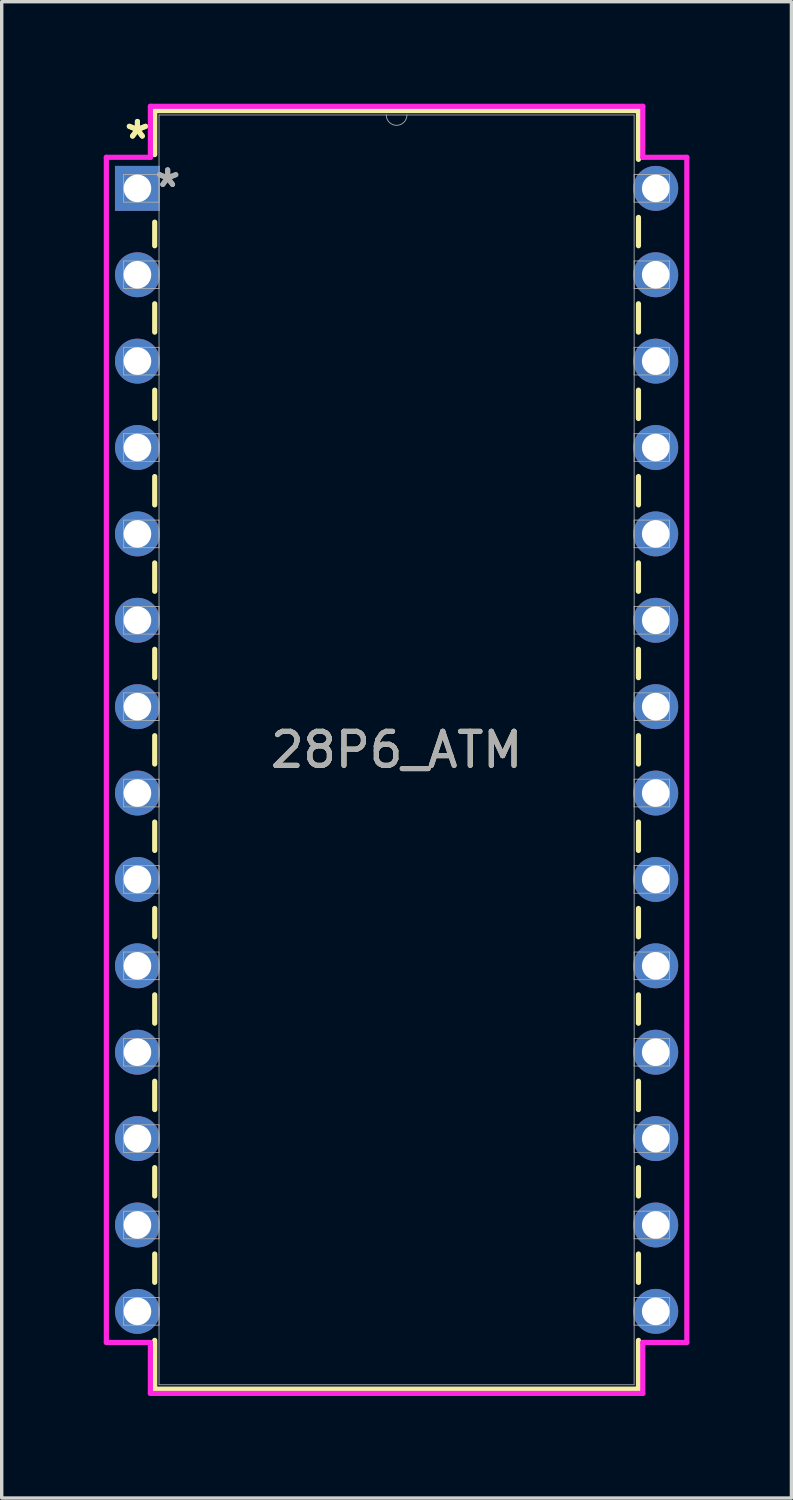
<source format=kicad_pcb>
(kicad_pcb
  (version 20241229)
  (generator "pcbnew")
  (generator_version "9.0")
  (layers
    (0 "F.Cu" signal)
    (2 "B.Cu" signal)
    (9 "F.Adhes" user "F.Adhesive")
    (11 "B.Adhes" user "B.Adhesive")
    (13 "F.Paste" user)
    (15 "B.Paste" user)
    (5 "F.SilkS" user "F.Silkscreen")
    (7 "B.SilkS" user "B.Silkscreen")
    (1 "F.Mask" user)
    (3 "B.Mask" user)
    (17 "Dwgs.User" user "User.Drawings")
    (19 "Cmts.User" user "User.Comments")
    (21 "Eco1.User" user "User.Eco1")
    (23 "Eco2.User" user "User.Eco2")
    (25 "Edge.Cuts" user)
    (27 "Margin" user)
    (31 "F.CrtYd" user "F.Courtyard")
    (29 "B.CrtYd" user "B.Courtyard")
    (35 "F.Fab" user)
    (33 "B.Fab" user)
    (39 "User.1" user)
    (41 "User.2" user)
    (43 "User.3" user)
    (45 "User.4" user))
  (footprint "28P6_ATM"
    (layer "F.Cu")
    (at 0.991 2.489)
    (property "Reference" "28P6_ATM" (at 7.62 16.51 0) (unlocked yes) (layer "F.SilkS") (effects (font (size 1 1) (thickness 0.15))))
    (attr through_hole)
    (fp_line (start 0.508 -2.286) (end 0.508 -0.993) (stroke (width 0.152) (type solid)) (layer "F.SilkS"))
    (fp_line (start 0.508 0.993) (end 0.508 1.687) (stroke (width 0.152) (type solid)) (layer "F.SilkS"))
    (fp_line (start 0.508 3.393) (end 0.508 4.227) (stroke (width 0.152) (type solid)) (layer "F.SilkS"))
    (fp_line (start 0.508 5.933) (end 0.508 6.767) (stroke (width 0.152) (type solid)) (layer "F.SilkS"))
    (fp_line (start 0.508 8.473) (end 0.508 9.307) (stroke (width 0.152) (type solid)) (layer "F.SilkS"))
    (fp_line (start 0.508 11.013) (end 0.508 11.847) (stroke (width 0.152) (type solid)) (layer "F.SilkS"))
    (fp_line (start 0.508 13.553) (end 0.508 14.387) (stroke (width 0.152) (type solid)) (layer "F.SilkS"))
    (fp_line (start 0.508 16.093) (end 0.508 16.927) (stroke (width 0.152) (type solid)) (layer "F.SilkS"))
    (fp_line (start 0.508 18.633) (end 0.508 19.467) (stroke (width 0.152) (type solid)) (layer "F.SilkS"))
    (fp_line (start 0.508 21.173) (end 0.508 22.007) (stroke (width 0.152) (type solid)) (layer "F.SilkS"))
    (fp_line (start 0.508 23.713) (end 0.508 24.547) (stroke (width 0.152) (type solid)) (layer "F.SilkS"))
    (fp_line (start 0.508 26.253) (end 0.508 27.087) (stroke (width 0.152) (type solid)) (layer "F.SilkS"))
    (fp_line (start 0.508 28.793) (end 0.508 29.627) (stroke (width 0.152) (type solid)) (layer "F.SilkS"))
    (fp_line (start 0.508 31.333) (end 0.508 32.167) (stroke (width 0.152) (type solid)) (layer "F.SilkS"))
    (fp_line (start 0.508 33.873) (end 0.508 35.306) (stroke (width 0.152) (type solid)) (layer "F.SilkS"))
    (fp_line (start 0.508 35.306) (end 14.732 35.306) (stroke (width 0.152) (type solid)) (layer "F.SilkS"))
    (fp_line (start 14.732 -2.286) (end 0.508 -2.286) (stroke (width 0.152) (type solid)) (layer "F.SilkS"))
    (fp_line (start 14.732 -0.853) (end 14.732 -2.286) (stroke (width 0.152) (type solid)) (layer "F.SilkS"))
    (fp_line (start 14.732 1.687) (end 14.732 0.853) (stroke (width 0.152) (type solid)) (layer "F.SilkS"))
    (fp_line (start 14.732 4.227) (end 14.732 3.393) (stroke (width 0.152) (type solid)) (layer "F.SilkS"))
    (fp_line (start 14.732 6.767) (end 14.732 5.933) (stroke (width 0.152) (type solid)) (layer "F.SilkS"))
    (fp_line (start 14.732 9.307) (end 14.732 8.473) (stroke (width 0.152) (type solid)) (layer "F.SilkS"))
    (fp_line (start 14.732 11.847) (end 14.732 11.013) (stroke (width 0.152) (type solid)) (layer "F.SilkS"))
    (fp_line (start 14.732 14.387) (end 14.732 13.553) (stroke (width 0.152) (type solid)) (layer "F.SilkS"))
    (fp_line (start 14.732 16.927) (end 14.732 16.093) (stroke (width 0.152) (type solid)) (layer "F.SilkS"))
    (fp_line (start 14.732 19.467) (end 14.732 18.633) (stroke (width 0.152) (type solid)) (layer "F.SilkS"))
    (fp_line (start 14.732 22.007) (end 14.732 21.173) (stroke (width 0.152) (type solid)) (layer "F.SilkS"))
    (fp_line (start 14.732 24.547) (end 14.732 23.713) (stroke (width 0.152) (type solid)) (layer "F.SilkS"))
    (fp_line (start 14.732 27.087) (end 14.732 26.253) (stroke (width 0.152) (type solid)) (layer "F.SilkS"))
    (fp_line (start 14.732 29.627) (end 14.732 28.793) (stroke (width 0.152) (type solid)) (layer "F.SilkS"))
    (fp_line (start 14.732 32.167) (end 14.732 31.333) (stroke (width 0.152) (type solid)) (layer "F.SilkS"))
    (fp_line (start 14.732 35.306) (end 14.732 33.873) (stroke (width 0.152) (type solid)) (layer "F.SilkS"))
    (fp_line (start -0.914 -0.914) (end 0.381 -0.914) (stroke (width 0.152) (type solid)) (layer "F.CrtYd"))
    (fp_line (start -0.914 33.934) (end -0.914 -0.914) (stroke (width 0.152) (type solid)) (layer "F.CrtYd"))
    (fp_line (start 0.381 -2.413) (end 14.859 -2.413) (stroke (width 0.152) (type solid)) (layer "F.CrtYd"))
    (fp_line (start 0.381 -0.914) (end 0.381 -2.413) (stroke (width 0.152) (type solid)) (layer "F.CrtYd"))
    (fp_line (start 0.381 33.934) (end -0.914 33.934) (stroke (width 0.152) (type solid)) (layer "F.CrtYd"))
    (fp_line (start 0.381 35.433) (end 0.381 33.934) (stroke (width 0.152) (type solid)) (layer "F.CrtYd"))
    (fp_line (start 14.859 -2.413) (end 14.859 -0.914) (stroke (width 0.152) (type solid)) (layer "F.CrtYd"))
    (fp_line (start 14.859 33.934) (end 14.859 35.433) (stroke (width 0.152) (type solid)) (layer "F.CrtYd"))
    (fp_line (start 14.859 35.433) (end 0.381 35.433) (stroke (width 0.152) (type solid)) (layer "F.CrtYd"))
    (fp_line (start 16.154 -0.914) (end 14.859 -0.914) (stroke (width 0.152) (type solid)) (layer "F.CrtYd"))
    (fp_line (start 16.154 -0.914) (end 16.154 33.934) (stroke (width 0.152) (type solid)) (layer "F.CrtYd"))
    (fp_line (start 16.154 33.934) (end 14.859 33.934) (stroke (width 0.152) (type solid)) (layer "F.CrtYd"))
    (fp_line (start -0.406 -0.406) (end -0.406 0.406) (stroke (width 0.025) (type solid)) (layer "F.Fab"))
    (fp_line (start -0.406 0.406) (end 0.635 0.406) (stroke (width 0.025) (type solid)) (layer "F.Fab"))
    (fp_line (start -0.406 2.134) (end -0.406 2.946) (stroke (width 0.025) (type solid)) (layer "F.Fab"))
    (fp_line (start -0.406 2.946) (end 0.635 2.946) (stroke (width 0.025) (type solid)) (layer "F.Fab"))
    (fp_line (start -0.406 4.674) (end -0.406 5.486) (stroke (width 0.025) (type solid)) (layer "F.Fab"))
    (fp_line (start -0.406 5.486) (end 0.635 5.486) (stroke (width 0.025) (type solid)) (layer "F.Fab"))
    (fp_line (start -0.406 7.214) (end -0.406 8.026) (stroke (width 0.025) (type solid)) (layer "F.Fab"))
    (fp_line (start -0.406 8.026) (end 0.635 8.026) (stroke (width 0.025) (type solid)) (layer "F.Fab"))
    (fp_line (start -0.406 9.754) (end -0.406 10.566) (stroke (width 0.025) (type solid)) (layer "F.Fab"))
    (fp_line (start -0.406 10.566) (end 0.635 10.566) (stroke (width 0.025) (type solid)) (layer "F.Fab"))
    (fp_line (start -0.406 12.294) (end -0.406 13.106) (stroke (width 0.025) (type solid)) (layer "F.Fab"))
    (fp_line (start -0.406 13.106) (end 0.635 13.106) (stroke (width 0.025) (type solid)) (layer "F.Fab"))
    (fp_line (start -0.406 14.834) (end -0.406 15.646) (stroke (width 0.025) (type solid)) (layer "F.Fab"))
    (fp_line (start -0.406 15.646) (end 0.635 15.646) (stroke (width 0.025) (type solid)) (layer "F.Fab"))
    (fp_line (start -0.406 17.374) (end -0.406 18.186) (stroke (width 0.025) (type solid)) (layer "F.Fab"))
    (fp_line (start -0.406 18.186) (end 0.635 18.186) (stroke (width 0.025) (type solid)) (layer "F.Fab"))
    (fp_line (start -0.406 19.914) (end -0.406 20.726) (stroke (width 0.025) (type solid)) (layer "F.Fab"))
    (fp_line (start -0.406 20.726) (end 0.635 20.726) (stroke (width 0.025) (type solid)) (layer "F.Fab"))
    (fp_line (start -0.406 22.454) (end -0.406 23.266) (stroke (width 0.025) (type solid)) (layer "F.Fab"))
    (fp_line (start -0.406 23.266) (end 0.635 23.266) (stroke (width 0.025) (type solid)) (layer "F.Fab"))
    (fp_line (start -0.406 24.994) (end -0.406 25.806) (stroke (width 0.025) (type solid)) (layer "F.Fab"))
    (fp_line (start -0.406 25.806) (end 0.635 25.806) (stroke (width 0.025) (type solid)) (layer "F.Fab"))
    (fp_line (start -0.406 27.534) (end -0.406 28.346) (stroke (width 0.025) (type solid)) (layer "F.Fab"))
    (fp_line (start -0.406 28.346) (end 0.635 28.346) (stroke (width 0.025) (type solid)) (layer "F.Fab"))
    (fp_line (start -0.406 30.074) (end -0.406 30.886) (stroke (width 0.025) (type solid)) (layer "F.Fab"))
    (fp_line (start -0.406 30.886) (end 0.635 30.886) (stroke (width 0.025) (type solid)) (layer "F.Fab"))
    (fp_line (start -0.406 32.614) (end -0.406 33.426) (stroke (width 0.025) (type solid)) (layer "F.Fab"))
    (fp_line (start -0.406 33.426) (end 0.635 33.426) (stroke (width 0.025) (type solid)) (layer "F.Fab"))
    (fp_line (start 0.635 -2.159) (end 0.635 35.179) (stroke (width 0.025) (type solid)) (layer "F.Fab"))
    (fp_line (start 0.635 -0.406) (end -0.406 -0.406) (stroke (width 0.025) (type solid)) (layer "F.Fab"))
    (fp_line (start 0.635 0.406) (end 0.635 -0.406) (stroke (width 0.025) (type solid)) (layer "F.Fab"))
    (fp_line (start 0.635 2.134) (end -0.406 2.134) (stroke (width 0.025) (type solid)) (layer "F.Fab"))
    (fp_line (start 0.635 2.946) (end 0.635 2.134) (stroke (width 0.025) (type solid)) (layer "F.Fab"))
    (fp_line (start 0.635 4.674) (end -0.406 4.674) (stroke (width 0.025) (type solid)) (layer "F.Fab"))
    (fp_line (start 0.635 5.486) (end 0.635 4.674) (stroke (width 0.025) (type solid)) (layer "F.Fab"))
    (fp_line (start 0.635 7.214) (end -0.406 7.214) (stroke (width 0.025) (type solid)) (layer "F.Fab"))
    (fp_line (start 0.635 8.026) (end 0.635 7.214) (stroke (width 0.025) (type solid)) (layer "F.Fab"))
    (fp_line (start 0.635 9.754) (end -0.406 9.754) (stroke (width 0.025) (type solid)) (layer "F.Fab"))
    (fp_line (start 0.635 10.566) (end 0.635 9.754) (stroke (width 0.025) (type solid)) (layer "F.Fab"))
    (fp_line (start 0.635 12.294) (end -0.406 12.294) (stroke (width 0.025) (type solid)) (layer "F.Fab"))
    (fp_line (start 0.635 13.106) (end 0.635 12.294) (stroke (width 0.025) (type solid)) (layer "F.Fab"))
    (fp_line (start 0.635 14.834) (end -0.406 14.834) (stroke (width 0.025) (type solid)) (layer "F.Fab"))
    (fp_line (start 0.635 15.646) (end 0.635 14.834) (stroke (width 0.025) (type solid)) (layer "F.Fab"))
    (fp_line (start 0.635 17.374) (end -0.406 17.374) (stroke (width 0.025) (type solid)) (layer "F.Fab"))
    (fp_line (start 0.635 18.186) (end 0.635 17.374) (stroke (width 0.025) (type solid)) (layer "F.Fab"))
    (fp_line (start 0.635 19.914) (end -0.406 19.914) (stroke (width 0.025) (type solid)) (layer "F.Fab"))
    (fp_line (start 0.635 20.726) (end 0.635 19.914) (stroke (width 0.025) (type solid)) (layer "F.Fab"))
    (fp_line (start 0.635 22.454) (end -0.406 22.454) (stroke (width 0.025) (type solid)) (layer "F.Fab"))
    (fp_line (start 0.635 23.266) (end 0.635 22.454) (stroke (width 0.025) (type solid)) (layer "F.Fab"))
    (fp_line (start 0.635 24.994) (end -0.406 24.994) (stroke (width 0.025) (type solid)) (layer "F.Fab"))
    (fp_line (start 0.635 25.806) (end 0.635 24.994) (stroke (width 0.025) (type solid)) (layer "F.Fab"))
    (fp_line (start 0.635 27.534) (end -0.406 27.534) (stroke (width 0.025) (type solid)) (layer "F.Fab"))
    (fp_line (start 0.635 28.346) (end 0.635 27.534) (stroke (width 0.025) (type solid)) (layer "F.Fab"))
    (fp_line (start 0.635 30.074) (end -0.406 30.074) (stroke (width 0.025) (type solid)) (layer "F.Fab"))
    (fp_line (start 0.635 30.886) (end 0.635 30.074) (stroke (width 0.025) (type solid)) (layer "F.Fab"))
    (fp_line (start 0.635 32.614) (end -0.406 32.614) (stroke (width 0.025) (type solid)) (layer "F.Fab"))
    (fp_line (start 0.635 33.426) (end 0.635 32.614) (stroke (width 0.025) (type solid)) (layer "F.Fab"))
    (fp_line (start 0.635 35.179) (end 14.605 35.179) (stroke (width 0.025) (type solid)) (layer "F.Fab"))
    (fp_line (start 14.605 -2.159) (end 0.635 -2.159) (stroke (width 0.025) (type solid)) (layer "F.Fab"))
    (fp_line (start 14.605 -0.406) (end 14.605 0.406) (stroke (width 0.025) (type solid)) (layer "F.Fab"))
    (fp_line (start 14.605 0.406) (end 15.646 0.406) (stroke (width 0.025) (type solid)) (layer "F.Fab"))
    (fp_line (start 14.605 2.134) (end 14.605 2.946) (stroke (width 0.025) (type solid)) (layer "F.Fab"))
    (fp_line (start 14.605 2.946) (end 15.646 2.946) (stroke (width 0.025) (type solid)) (layer "F.Fab"))
    (fp_line (start 14.605 4.674) (end 14.605 5.486) (stroke (width 0.025) (type solid)) (layer "F.Fab"))
    (fp_line (start 14.605 5.486) (end 15.646 5.486) (stroke (width 0.025) (type solid)) (layer "F.Fab"))
    (fp_line (start 14.605 7.214) (end 14.605 8.026) (stroke (width 0.025) (type solid)) (layer "F.Fab"))
    (fp_line (start 14.605 8.026) (end 15.646 8.026) (stroke (width 0.025) (type solid)) (layer "F.Fab"))
    (fp_line (start 14.605 9.754) (end 14.605 10.566) (stroke (width 0.025) (type solid)) (layer "F.Fab"))
    (fp_line (start 14.605 10.566) (end 15.646 10.566) (stroke (width 0.025) (type solid)) (layer "F.Fab"))
    (fp_line (start 14.605 12.294) (end 14.605 13.106) (stroke (width 0.025) (type solid)) (layer "F.Fab"))
    (fp_line (start 14.605 13.106) (end 15.646 13.106) (stroke (width 0.025) (type solid)) (layer "F.Fab"))
    (fp_line (start 14.605 14.834) (end 14.605 15.646) (stroke (width 0.025) (type solid)) (layer "F.Fab"))
    (fp_line (start 14.605 15.646) (end 15.646 15.646) (stroke (width 0.025) (type solid)) (layer "F.Fab"))
    (fp_line (start 14.605 17.374) (end 14.605 18.186) (stroke (width 0.025) (type solid)) (layer "F.Fab"))
    (fp_line (start 14.605 18.186) (end 15.646 18.186) (stroke (width 0.025) (type solid)) (layer "F.Fab"))
    (fp_line (start 14.605 19.914) (end 14.605 20.726) (stroke (width 0.025) (type solid)) (layer "F.Fab"))
    (fp_line (start 14.605 20.726) (end 15.646 20.726) (stroke (width 0.025) (type solid)) (layer "F.Fab"))
    (fp_line (start 14.605 22.454) (end 14.605 23.266) (stroke (width 0.025) (type solid)) (layer "F.Fab"))
    (fp_line (start 14.605 23.266) (end 15.646 23.266) (stroke (width 0.025) (type solid)) (layer "F.Fab"))
    (fp_line (start 14.605 24.994) (end 14.605 25.806) (stroke (width 0.025) (type solid)) (layer "F.Fab"))
    (fp_line (start 14.605 25.806) (end 15.646 25.806) (stroke (width 0.025) (type solid)) (layer "F.Fab"))
    (fp_line (start 14.605 27.534) (end 14.605 28.346) (stroke (width 0.025) (type solid)) (layer "F.Fab"))
    (fp_line (start 14.605 28.346) (end 15.646 28.346) (stroke (width 0.025) (type solid)) (layer "F.Fab"))
    (fp_line (start 14.605 30.074) (end 14.605 30.886) (stroke (width 0.025) (type solid)) (layer "F.Fab"))
    (fp_line (start 14.605 30.886) (end 15.646 30.886) (stroke (width 0.025) (type solid)) (layer "F.Fab"))
    (fp_line (start 14.605 32.614) (end 14.605 33.426) (stroke (width 0.025) (type solid)) (layer "F.Fab"))
    (fp_line (start 14.605 33.426) (end 15.646 33.426) (stroke (width 0.025) (type solid)) (layer "F.Fab"))
    (fp_line (start 14.605 35.179) (end 14.605 -2.159) (stroke (width 0.025) (type solid)) (layer "F.Fab"))
    (fp_line (start 15.646 -0.406) (end 14.605 -0.406) (stroke (width 0.025) (type solid)) (layer "F.Fab"))
    (fp_line (start 15.646 0.406) (end 15.646 -0.406) (stroke (width 0.025) (type solid)) (layer "F.Fab"))
    (fp_line (start 15.646 2.134) (end 14.605 2.134) (stroke (width 0.025) (type solid)) (layer "F.Fab"))
    (fp_line (start 15.646 2.946) (end 15.646 2.134) (stroke (width 0.025) (type solid)) (layer "F.Fab"))
    (fp_line (start 15.646 4.674) (end 14.605 4.674) (stroke (width 0.025) (type solid)) (layer "F.Fab"))
    (fp_line (start 15.646 5.486) (end 15.646 4.674) (stroke (width 0.025) (type solid)) (layer "F.Fab"))
    (fp_line (start 15.646 7.214) (end 14.605 7.214) (stroke (width 0.025) (type solid)) (layer "F.Fab"))
    (fp_line (start 15.646 8.026) (end 15.646 7.214) (stroke (width 0.025) (type solid)) (layer "F.Fab"))
    (fp_line (start 15.646 9.754) (end 14.605 9.754) (stroke (width 0.025) (type solid)) (layer "F.Fab"))
    (fp_line (start 15.646 10.566) (end 15.646 9.754) (stroke (width 0.025) (type solid)) (layer "F.Fab"))
    (fp_line (start 15.646 12.294) (end 14.605 12.294) (stroke (width 0.025) (type solid)) (layer "F.Fab"))
    (fp_line (start 15.646 13.106) (end 15.646 12.294) (stroke (width 0.025) (type solid)) (layer "F.Fab"))
    (fp_line (start 15.646 14.834) (end 14.605 14.834) (stroke (width 0.025) (type solid)) (layer "F.Fab"))
    (fp_line (start 15.646 15.646) (end 15.646 14.834) (stroke (width 0.025) (type solid)) (layer "F.Fab"))
    (fp_line (start 15.646 17.374) (end 14.605 17.374) (stroke (width 0.025) (type solid)) (layer "F.Fab"))
    (fp_line (start 15.646 18.186) (end 15.646 17.374) (stroke (width 0.025) (type solid)) (layer "F.Fab"))
    (fp_line (start 15.646 19.914) (end 14.605 19.914) (stroke (width 0.025) (type solid)) (layer "F.Fab"))
    (fp_line (start 15.646 20.726) (end 15.646 19.914) (stroke (width 0.025) (type solid)) (layer "F.Fab"))
    (fp_line (start 15.646 22.454) (end 14.605 22.454) (stroke (width 0.025) (type solid)) (layer "F.Fab"))
    (fp_line (start 15.646 23.266) (end 15.646 22.454) (stroke (width 0.025) (type solid)) (layer "F.Fab"))
    (fp_line (start 15.646 24.994) (end 14.605 24.994) (stroke (width 0.025) (type solid)) (layer "F.Fab"))
    (fp_line (start 15.646 25.806) (end 15.646 24.994) (stroke (width 0.025) (type solid)) (layer "F.Fab"))
    (fp_line (start 15.646 27.534) (end 14.605 27.534) (stroke (width 0.025) (type solid)) (layer "F.Fab"))
    (fp_line (start 15.646 28.346) (end 15.646 27.534) (stroke (width 0.025) (type solid)) (layer "F.Fab"))
    (fp_line (start 15.646 30.074) (end 14.605 30.074) (stroke (width 0.025) (type solid)) (layer "F.Fab"))
    (fp_line (start 15.646 30.886) (end 15.646 30.074) (stroke (width 0.025) (type solid)) (layer "F.Fab"))
    (fp_line (start 15.646 32.614) (end 14.605 32.614) (stroke (width 0.025) (type solid)) (layer "F.Fab"))
    (fp_line (start 15.646 33.426) (end 15.646 32.614) (stroke (width 0.025) (type solid)) (layer "F.Fab"))
    (fp_arc (start 7.9248 -2.159) (mid 7.62 -1.8542) (end 7.3152 -2.159) (stroke (width 0.0254) (type solid)) (layer "F.Fab"))
    (fp_text user "*" (at 0 -1.422 0) (layer "F.SilkS") (effects (font (size 1 1) (thickness 0.15))))
    (fp_text user "*" (at 0 -1.422 0) (unlocked yes) (layer "F.SilkS") (effects (font (size 1 1) (thickness 0.15))))
    (fp_text user "*" (at 0.889 0 0) (unlocked yes) (layer "F.Fab") (effects (font (size 1 1) (thickness 0.15))))
    (fp_text user "*" (at 0.889 0 0) (layer "F.Fab") (effects (font (size 1 1) (thickness 0.15))))
    (fp_text user "${REFERENCE}" (at 7.62 16.51 0) (unlocked yes) (layer "F.Fab") (effects (font (size 1 1) (thickness 0.15))))
    (pad "1" thru_hole rect (at 0 0) (size 1.321 1.321) (drill 0.813) (layers "*.Cu" "*.Mask"))
    (pad "2" thru_hole circle (at 0 2.54) (size 1.321 1.321) (drill 0.813) (layers "*.Cu" "*.Mask"))
    (pad "3" thru_hole circle (at 0 5.08) (size 1.321 1.321) (drill 0.813) (layers "*.Cu" "*.Mask"))
    (pad "4" thru_hole circle (at 0 7.62) (size 1.321 1.321) (drill 0.813) (layers "*.Cu" "*.Mask"))
    (pad "5" thru_hole circle (at 0 10.16) (size 1.321 1.321) (drill 0.813) (layers "*.Cu" "*.Mask"))
    (pad "6" thru_hole circle (at 0 12.7) (size 1.321 1.321) (drill 0.813) (layers "*.Cu" "*.Mask"))
    (pad "7" thru_hole circle (at 0 15.24) (size 1.321 1.321) (drill 0.813) (layers "*.Cu" "*.Mask"))
    (pad "8" thru_hole circle (at 0 17.78) (size 1.321 1.321) (drill 0.813) (layers "*.Cu" "*.Mask"))
    (pad "9" thru_hole circle (at 0 20.32) (size 1.321 1.321) (drill 0.813) (layers "*.Cu" "*.Mask"))
    (pad "10" thru_hole circle (at 0 22.86) (size 1.321 1.321) (drill 0.813) (layers "*.Cu" "*.Mask"))
    (pad "11" thru_hole circle (at 0 25.4) (size 1.321 1.321) (drill 0.813) (layers "*.Cu" "*.Mask"))
    (pad "12" thru_hole circle (at 0 27.94) (size 1.321 1.321) (drill 0.813) (layers "*.Cu" "*.Mask"))
    (pad "13" thru_hole circle (at 0 30.48) (size 1.321 1.321) (drill 0.813) (layers "*.Cu" "*.Mask"))
    (pad "14" thru_hole circle (at 0 33.02) (size 1.321 1.321) (drill 0.813) (layers "*.Cu" "*.Mask"))
    (pad "15" thru_hole circle (at 15.24 33.02) (size 1.321 1.321) (drill 0.813) (layers "*.Cu" "*.Mask"))
    (pad "16" thru_hole circle (at 15.24 30.48) (size 1.321 1.321) (drill 0.813) (layers "*.Cu" "*.Mask"))
    (pad "17" thru_hole circle (at 15.24 27.94) (size 1.321 1.321) (drill 0.813) (layers "*.Cu" "*.Mask"))
    (pad "18" thru_hole circle (at 15.24 25.4) (size 1.321 1.321) (drill 0.813) (layers "*.Cu" "*.Mask"))
    (pad "19" thru_hole circle (at 15.24 22.86) (size 1.321 1.321) (drill 0.813) (layers "*.Cu" "*.Mask"))
    (pad "20" thru_hole circle (at 15.24 20.32) (size 1.321 1.321) (drill 0.813) (layers "*.Cu" "*.Mask"))
    (pad "21" thru_hole circle (at 15.24 17.78) (size 1.321 1.321) (drill 0.813) (layers "*.Cu" "*.Mask"))
    (pad "22" thru_hole circle (at 15.24 15.24) (size 1.321 1.321) (drill 0.813) (layers "*.Cu" "*.Mask"))
    (pad "23" thru_hole circle (at 15.24 12.7) (size 1.321 1.321) (drill 0.813) (layers "*.Cu" "*.Mask"))
    (pad "24" thru_hole circle (at 15.24 10.16) (size 1.321 1.321) (drill 0.813) (layers "*.Cu" "*.Mask"))
    (pad "25" thru_hole circle (at 15.24 7.62) (size 1.321 1.321) (drill 0.813) (layers "*.Cu" "*.Mask"))
    (pad "26" thru_hole circle (at 15.24 5.08) (size 1.321 1.321) (drill 0.813) (layers "*.Cu" "*.Mask"))
    (pad "27" thru_hole circle (at 15.24 2.54) (size 1.321 1.321) (drill 0.813) (layers "*.Cu" "*.Mask"))
    (pad "28" thru_hole circle (at 15.24 0) (size 1.321 1.321) (drill 0.813) (layers "*.Cu" "*.Mask")))
  (gr_rect
    (start -3 -3)
    (end 20.221 40.998)
    (stroke (width 0.1) (type default))
    (fill no)
    (layer "Edge.Cuts")))
</source>
